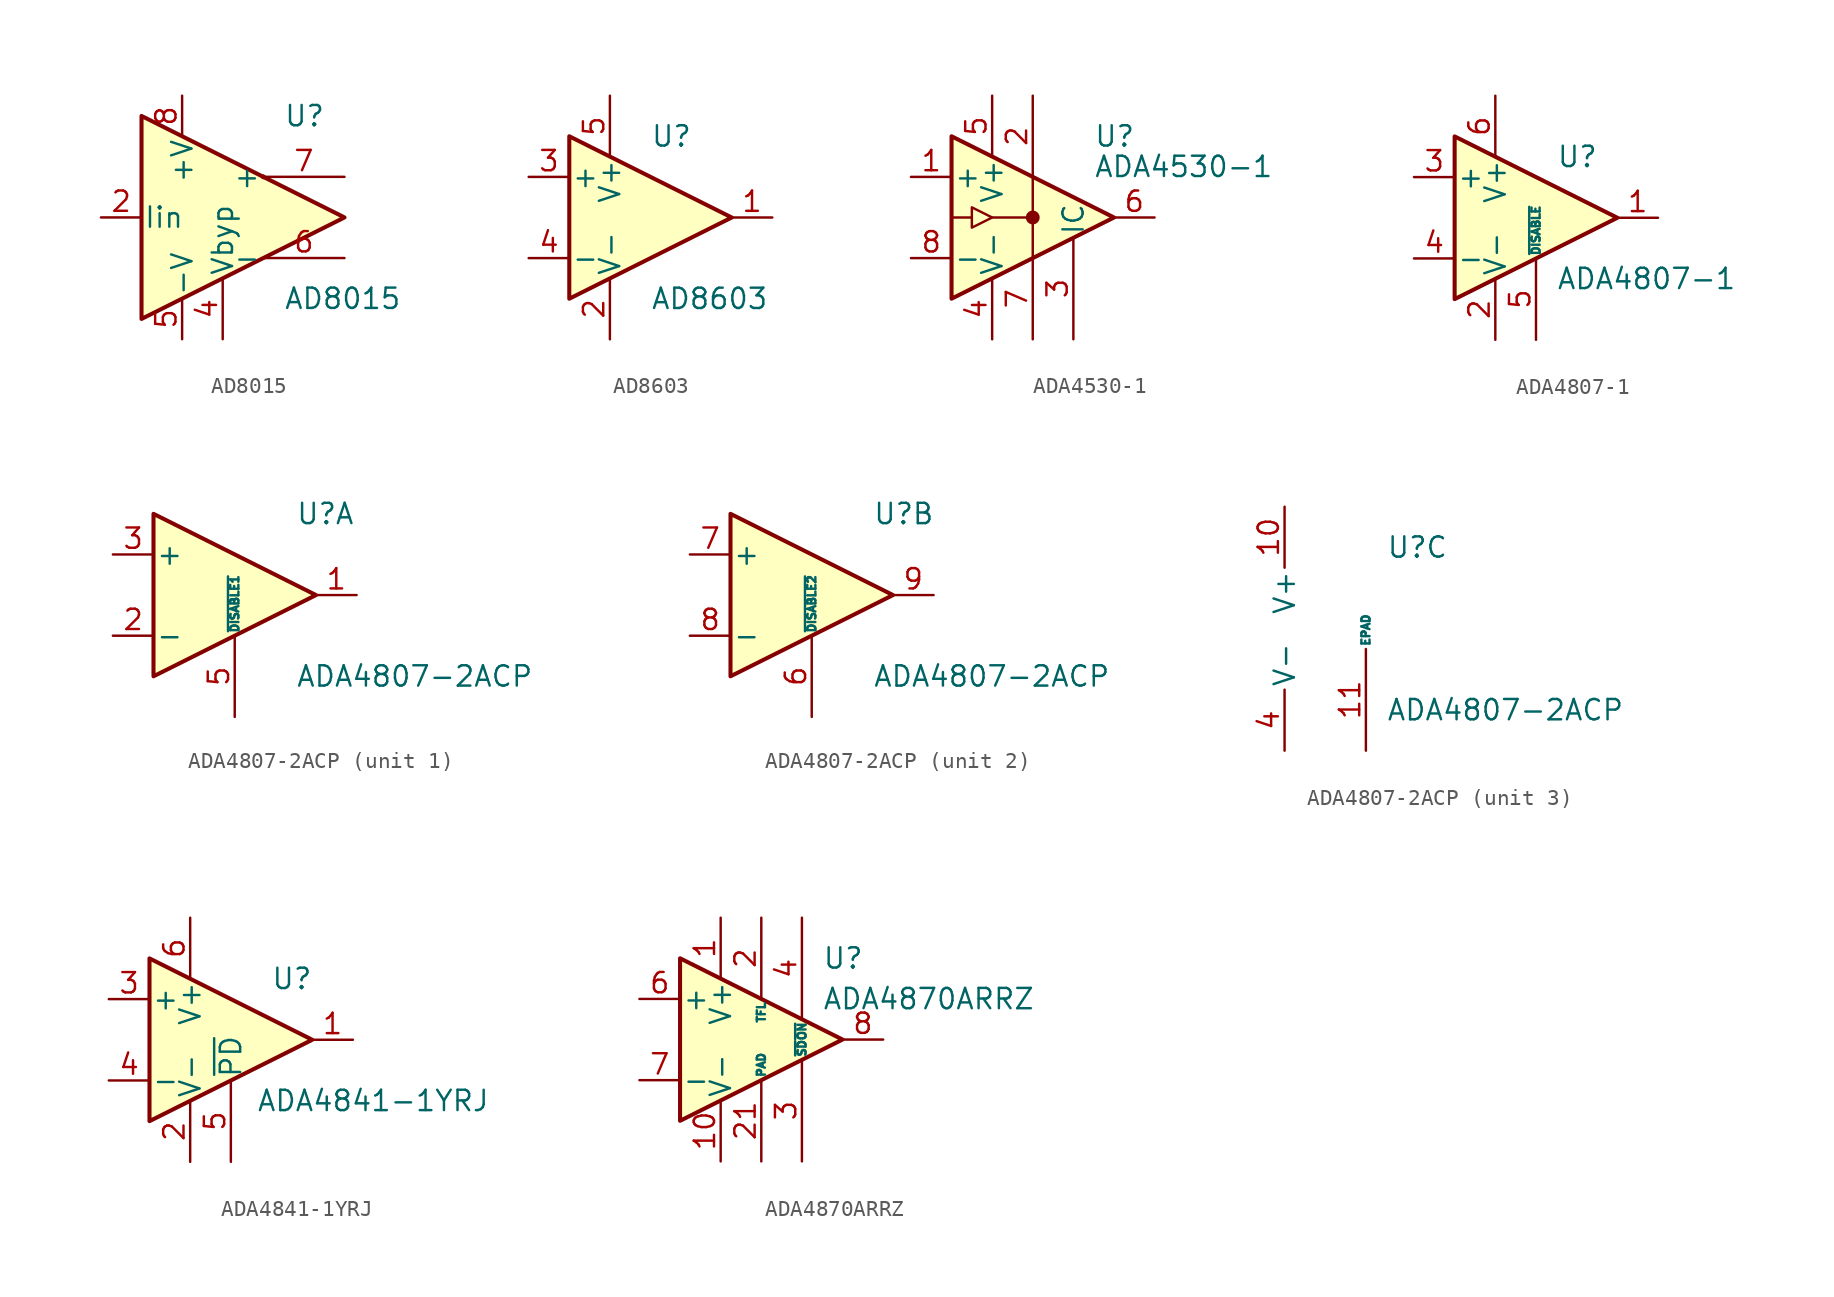
<source format=kicad_sym>
(kicad_symbol_lib
  (version 20201005)
  (generator kicad_symbol_editor)
  (symbol "AD8015"
    (pin_names
      (offset 0.127))
    (property "Reference" "U"
      (at 3.81 6.35 0)
      (effects (font (size 1.27 1.27)) (justify left)))
    (property "Value" "AD8015"
      (at 3.81 -5.08 0)
      (effects (font (size 1.27 1.27)) (justify left)))
    (symbol "AD8015_0_1"
      (circle (center 2.54 2.54) (radius 0) (stroke (width 0)) (fill (type none)))
      (polyline (pts (xy -5.08 6.35) (xy -5.08 -6.35) (xy 7.62 0) (xy -5.08 6.35)) (stroke (width 0.254)) (fill (type background))))
    (symbol "AD8015_1_1"
      (pin no_connect line (at -5.08 2.54 0) (length 2.54) hide (name "NC" (effects (font (size 1.27 1.27)))) (number "1" (effects (font (size 1.27 1.27)))))
      (pin input line (at -7.62 0 0) (length 2.54) (name "Iin" (effects (font (size 1.27 1.27)))) (number "2" (effects (font (size 1.27 1.27)))))
      (pin no_connect line (at -5.08 -2.54 0) (length 2.54) hide (name "NC" (effects (font (size 1.27 1.27)))) (number "3" (effects (font (size 1.27 1.27)))))
      (pin input line (at 0 -7.62 90) (length 3.81) (name "Vbyp" (effects (font (size 1.27 1.27)))) (number "4" (effects (font (size 1.27 1.27)))))
      (pin power_in line (at -2.54 -7.62 90) (length 2.54) (name "-V" (effects (font (size 1.27 1.27)))) (number "5" (effects (font (size 1.27 1.27)))))
      (pin output line (at 7.62 -2.54 180) (length 5.08) (name "-" (effects (font (size 1.27 1.27)))) (number "6" (effects (font (size 1.27 1.27)))))
      (pin output line (at 7.62 2.54 180) (length 5.08) (name "+" (effects (font (size 1.27 1.27)))) (number "7" (effects (font (size 1.27 1.27)))))
      (pin power_in line (at -2.54 7.62 270) (length 2.54) (name "+V" (effects (font (size 1.27 1.27)))) (number "8" (effects (font (size 1.27 1.27)))))))
  (symbol "AD8603"
    (pin_names
      (offset 0.127))
    (property "Reference" "U"
      (at 0 5.08 0)
      (effects (font (size 1.27 1.27)) (justify left)))
    (property "Value" "AD8603"
      (at 0 -5.08 0)
      (effects (font (size 1.27 1.27)) (justify left)))
    (symbol "AD8603_0_1"
      (polyline (pts (xy -5.08 5.08) (xy 5.08 0) (xy -5.08 -5.08) (xy -5.08 5.08)) (stroke (width 0.254)) (fill (type background)))
      (pin power_in line (at -2.54 -7.62 90) (length 3.81) (name "V-" (effects (font (size 1.27 1.27)))) (number "2" (effects (font (size 1.27 1.27)))))
      (pin power_in line (at -2.54 7.62 270) (length 3.81) (name "V+" (effects (font (size 1.27 1.27)))) (number "5" (effects (font (size 1.27 1.27))))))
    (symbol "AD8603_1_1"
      (pin output line (at 7.62 0 180) (length 2.54) (name "~" (effects (font (size 1.27 1.27)))) (number "1" (effects (font (size 1.27 1.27)))))
      (pin input line (at -7.62 2.54 0) (length 2.54) (name "+" (effects (font (size 1.27 1.27)))) (number "3" (effects (font (size 1.27 1.27)))))
      (pin input line (at -7.62 -2.54 0) (length 2.54) (name "-" (effects (font (size 1.27 1.27)))) (number "4" (effects (font (size 1.27 1.27)))))))
  (symbol "ADA4530-1"
    (pin_names
      (offset 0.127))
    (property "Reference" "U"
      (at 3.81 5.08 0)
      (effects (font (size 1.27 1.27)) (justify left)))
    (property "Value" "ADA4530-1"
      (at 3.81 3.175 0)
      (effects (font (size 1.27 1.27)) (justify left)))
    (symbol "ADA4530-1_0_1"
      (circle (center 0 0) (radius 0.356) (stroke (width 0)) (fill (type outline)))
      (polyline (pts (xy -3.81 0) (xy -5.08 0)) (stroke (width 0)) (fill (type none)))
      (polyline (pts (xy -2.54 0) (xy 0 0)) (stroke (width 0)) (fill (type none)))
      (polyline (pts (xy 0 2.54) (xy 0 -2.54)) (stroke (width 0)) (fill (type none)))
      (polyline (pts (xy -5.08 5.08) (xy 5.08 0) (xy -5.08 -5.08) (xy -5.08 5.08)) (stroke (width 0.254)) (fill (type background)))
      (polyline (pts (xy -3.81 -0.635) (xy -3.81 0.635) (xy -2.54 0) (xy -3.81 -0.635)) (stroke (width 0)) (fill (type none))))
    (symbol "ADA4530-1_1_1"
      (pin input line (at -7.62 2.54 0) (length 2.54) (name "+" (effects (font (size 1.27 1.27)))) (number "1" (effects (font (size 1.27 1.27)))))
      (pin passive line (at 0 7.62 270) (length 5.08) (name "~" (effects (font (size 1.27 1.27)))) (number "2" (effects (font (size 1.27 1.27)))))
      (pin passive line (at 2.54 -7.62 90) (length 6.35) (name "IC" (effects (font (size 1.27 1.27)))) (number "3" (effects (font (size 1.27 1.27)))))
      (pin power_in line (at -2.54 -7.62 90) (length 3.81) (name "V-" (effects (font (size 1.27 1.27)))) (number "4" (effects (font (size 1.27 1.27)))))
      (pin power_in line (at -2.54 7.62 270) (length 3.81) (name "V+" (effects (font (size 1.27 1.27)))) (number "5" (effects (font (size 1.27 1.27)))))
      (pin output line (at 7.62 0 180) (length 2.54) (name "~" (effects (font (size 1.27 1.27)))) (number "6" (effects (font (size 1.27 1.27)))))
      (pin passive line (at 0 -7.62 90) (length 5.08) (name "~" (effects (font (size 1.27 1.27)))) (number "7" (effects (font (size 1.27 1.27)))))
      (pin input line (at -7.62 -2.54 0) (length 2.54) (name "-" (effects (font (size 1.27 1.27)))) (number "8" (effects (font (size 1.27 1.27)))))))
  (symbol "ADA4807-1"
    (pin_names
      (offset 0.127))
    (property "Reference" "U"
      (at 1.27 3.81 0)
      (effects (font (size 1.27 1.27)) (justify left)))
    (property "Value" "ADA4807-1"
      (at 1.27 -3.81 0)
      (effects (font (size 1.27 1.27)) (justify left)))
    (symbol "ADA4807-1_0_1"
      (polyline (pts (xy -5.08 5.08) (xy 5.08 0) (xy -5.08 -5.08) (xy -5.08 5.08)) (stroke (width 0.254)) (fill (type background))))
    (symbol "ADA4807-1_1_1"
      (pin output line (at 7.62 0 180) (length 2.54) (name "~" (effects (font (size 1.27 1.27)))) (number "1" (effects (font (size 1.27 1.27)))))
      (pin power_in line (at -2.54 -7.62 90) (length 3.81) (name "V-" (effects (font (size 1.27 1.27)))) (number "2" (effects (font (size 1.27 1.27)))))
      (pin input line (at -7.62 2.54 0) (length 2.54) (name "+" (effects (font (size 1.27 1.27)))) (number "3" (effects (font (size 1.27 1.27)))))
      (pin input line (at -7.62 -2.54 0) (length 2.54) (name "-" (effects (font (size 1.27 1.27)))) (number "4" (effects (font (size 1.27 1.27)))))
      (pin input line (at 0 -7.62 90) (length 5.08) (name "~DISABLE" (effects (font (size 0.508 0.508)))) (number "5" (effects (font (size 1.27 1.27)))))
      (pin power_in line (at -2.54 7.62 270) (length 3.81) (name "V+" (effects (font (size 1.27 1.27)))) (number "6" (effects (font (size 1.27 1.27)))))))
  (symbol "ADA4807-2ACP"
    (pin_names
      (offset 0.127))
    (property "Reference" "U"
      (at 3.81 5.08 0)
      (effects (font (size 1.27 1.27)) (justify left)))
    (property "Value" "ADA4807-2ACP"
      (at 3.81 -5.08 0)
      (effects (font (size 1.27 1.27)) (justify left)))
    (property "ki_locked" ""
      (at 0 0 0)
      (effects (font (size 1.27 1.27))))
    (symbol "ADA4807-2ACP_1_1"
      (polyline (pts (xy -5.08 5.08) (xy 5.08 0) (xy -5.08 -5.08) (xy -5.08 5.08)) (stroke (width 0.254)) (fill (type background)))
      (pin output line (at 7.62 0 180) (length 2.54) (name "~" (effects (font (size 1.27 1.27)))) (number "1" (effects (font (size 1.27 1.27)))))
      (pin input line (at -7.62 -2.54 0) (length 2.54) (name "-" (effects (font (size 1.27 1.27)))) (number "2" (effects (font (size 1.27 1.27)))))
      (pin input line (at -7.62 2.54 0) (length 2.54) (name "+" (effects (font (size 1.27 1.27)))) (number "3" (effects (font (size 1.27 1.27)))))
      (pin input line (at 0 -7.62 90) (length 5.08) (name "~DISABLE1" (effects (font (size 0.508 0.508)))) (number "5" (effects (font (size 1.27 1.27))))))
    (symbol "ADA4807-2ACP_2_1"
      (polyline (pts (xy -5.08 5.08) (xy 5.08 0) (xy -5.08 -5.08) (xy -5.08 5.08)) (stroke (width 0.254)) (fill (type background)))
      (pin input line (at 0 -7.62 90) (length 5.08) (name "~DISABLE2" (effects (font (size 0.508 0.508)))) (number "6" (effects (font (size 1.27 1.27)))))
      (pin input line (at -7.62 2.54 0) (length 2.54) (name "+" (effects (font (size 1.27 1.27)))) (number "7" (effects (font (size 1.27 1.27)))))
      (pin input line (at -7.62 -2.54 0) (length 2.54) (name "-" (effects (font (size 1.27 1.27)))) (number "8" (effects (font (size 1.27 1.27)))))
      (pin output line (at 7.62 0 180) (length 2.54) (name "~" (effects (font (size 1.27 1.27)))) (number "9" (effects (font (size 1.27 1.27))))))
    (symbol "ADA4807-2ACP_3_1"
      (pin power_in line (at -2.54 7.62 270) (length 3.81) (name "V+" (effects (font (size 1.27 1.27)))) (number "10" (effects (font (size 1.27 1.27)))))
      (pin power_in line (at 2.54 -7.62 90) (length 6.35) (name "EPAD" (effects (font (size 0.508 0.508)))) (number "11" (effects (font (size 1.27 1.27)))))
      (pin power_in line (at -2.54 -7.62 90) (length 3.81) (name "V-" (effects (font (size 1.27 1.27)))) (number "4" (effects (font (size 1.27 1.27)))))))
  (symbol "ADA4841-1YRJ"
    (pin_names
      (offset 0.127))
    (property "Reference" "U"
      (at 3.81 3.81 0)
      (effects (font (size 1.27 1.27))))
    (property "Value" "ADA4841-1YRJ"
      (at 8.89 -3.81 0)
      (effects (font (size 1.27 1.27))))
    (symbol "ADA4841-1YRJ_1_1"
      (polyline (pts (xy -5.08 5.08) (xy 5.08 0) (xy -5.08 -5.08) (xy -5.08 5.08)) (stroke (width 0.254)) (fill (type background)))
      (pin output line (at 7.62 0 180) (length 2.54) (name "~" (effects (font (size 1.27 1.27)))) (number "1" (effects (font (size 1.27 1.27)))))
      (pin power_in line (at -2.54 -7.62 90) (length 3.81) (name "V-" (effects (font (size 1.27 1.27)))) (number "2" (effects (font (size 1.27 1.27)))))
      (pin input line (at -7.62 2.54 0) (length 2.54) (name "+" (effects (font (size 1.27 1.27)))) (number "3" (effects (font (size 1.27 1.27)))))
      (pin input line (at -7.62 -2.54 0) (length 2.54) (name "-" (effects (font (size 1.27 1.27)))) (number "4" (effects (font (size 1.27 1.27)))))
      (pin input line (at 0 -7.62 90) (length 5.08) (name "~PD" (effects (font (size 1.27 1.27)))) (number "5" (effects (font (size 1.27 1.27)))))
      (pin power_in line (at -2.54 7.62 270) (length 3.81) (name "V+" (effects (font (size 1.27 1.27)))) (number "6" (effects (font (size 1.27 1.27)))))))
  (symbol "ADA4870ARRZ"
    (pin_names
      (offset 0.127))
    (property "Reference" "U"
      (at 3.81 5.08 0)
      (effects (font (size 1.27 1.27)) (justify left)))
    (property "Value" "ADA4870ARRZ"
      (at 3.81 2.54 0)
      (effects (font (size 1.27 1.27)) (justify left)))
    (symbol "ADA4870ARRZ_0_1"
      (polyline (pts (xy -5.08 5.08) (xy 5.08 0) (xy -5.08 -5.08) (xy -5.08 5.08)) (stroke (width 0.254)) (fill (type background))))
    (symbol "ADA4870ARRZ_1_1"
      (pin power_in line (at -2.54 7.62 270) (length 3.81) (name "V+" (effects (font (size 1.27 1.27)))) (number "1" (effects (font (size 1.27 1.27)))))
      (pin power_in line (at -2.54 -7.62 90) (length 3.81) (name "V-" (effects (font (size 1.27 1.27)))) (number "10" (effects (font (size 1.27 1.27)))))
      (pin passive line (at -2.54 -7.62 90) (length 3.81) hide (name "V-" (effects (font (size 1.27 1.27)))) (number "11" (effects (font (size 1.27 1.27)))))
      (pin passive line (at -2.54 -7.62 90) (length 3.81) hide (name "V-" (effects (font (size 1.27 1.27)))) (number "12" (effects (font (size 1.27 1.27)))))
      (pin passive line (at -2.54 -7.62 90) (length 3.81) hide (name "V-" (effects (font (size 1.27 1.27)))) (number "13" (effects (font (size 1.27 1.27)))))
      (pin passive line (at 7.62 0 180) (length 2.54) hide (name "~" (effects (font (size 1.27 1.27)))) (number "14" (effects (font (size 1.27 1.27)))))
      (pin passive line (at 7.62 0 180) (length 2.54) hide (name "~" (effects (font (size 1.27 1.27)))) (number "15" (effects (font (size 1.27 1.27)))))
      (pin passive line (at 7.62 0 180) (length 2.54) hide (name "~" (effects (font (size 1.27 1.27)))) (number "16" (effects (font (size 1.27 1.27)))))
      (pin passive line (at 7.62 0 180) (length 2.54) hide (name "~" (effects (font (size 1.27 1.27)))) (number "17" (effects (font (size 1.27 1.27)))))
      (pin passive line (at -2.54 7.62 270) (length 3.81) hide (name "V+" (effects (font (size 1.27 1.27)))) (number "18" (effects (font (size 1.27 1.27)))))
      (pin passive line (at -2.54 7.62 270) (length 3.81) hide (name "V+" (effects (font (size 1.27 1.27)))) (number "19" (effects (font (size 1.27 1.27)))))
      (pin passive line (at 0 7.62 270) (length 5.08) (name "TFL" (effects (font (size 0.508 0.508)))) (number "2" (effects (font (size 1.27 1.27)))))
      (pin passive line (at -2.54 7.62 270) (length 3.81) hide (name "V+" (effects (font (size 1.27 1.27)))) (number "20" (effects (font (size 1.27 1.27)))))
      (pin passive line (at 0 -7.62 90) (length 5.08) (name "PAD" (effects (font (size 0.508 0.508)))) (number "21" (effects (font (size 1.27 1.27)))))
      (pin input line (at 2.54 -7.62 90) (length 6.35) (name "~SD" (effects (font (size 0.508 0.508)))) (number "3" (effects (font (size 1.27 1.27)))))
      (pin input line (at 2.54 7.62 270) (length 6.35) (name "~ON" (effects (font (size 0.508 0.508)))) (number "4" (effects (font (size 1.27 1.27)))))
      (pin no_connect line (at -5.08 -5.08 90) (length 2.54) hide (name "NC" (effects (font (size 1.27 1.27)))) (number "5" (effects (font (size 1.27 1.27)))))
      (pin input line (at -7.62 2.54 0) (length 2.54) (name "+" (effects (font (size 1.27 1.27)))) (number "6" (effects (font (size 1.27 1.27)))))
      (pin input line (at -7.62 -2.54 0) (length 2.54) (name "-" (effects (font (size 1.27 1.27)))) (number "7" (effects (font (size 1.27 1.27)))))
      (pin output line (at 7.62 0 180) (length 2.54) (name "~" (effects (font (size 1.27 1.27)))) (number "8" (effects (font (size 1.27 1.27)))))
      (pin no_connect line (at -5.08 5.08 270) (length 2.54) hide (name "NC" (effects (font (size 1.27 1.27)))) (number "9" (effects (font (size 1.27 1.27))))))))
</source>
